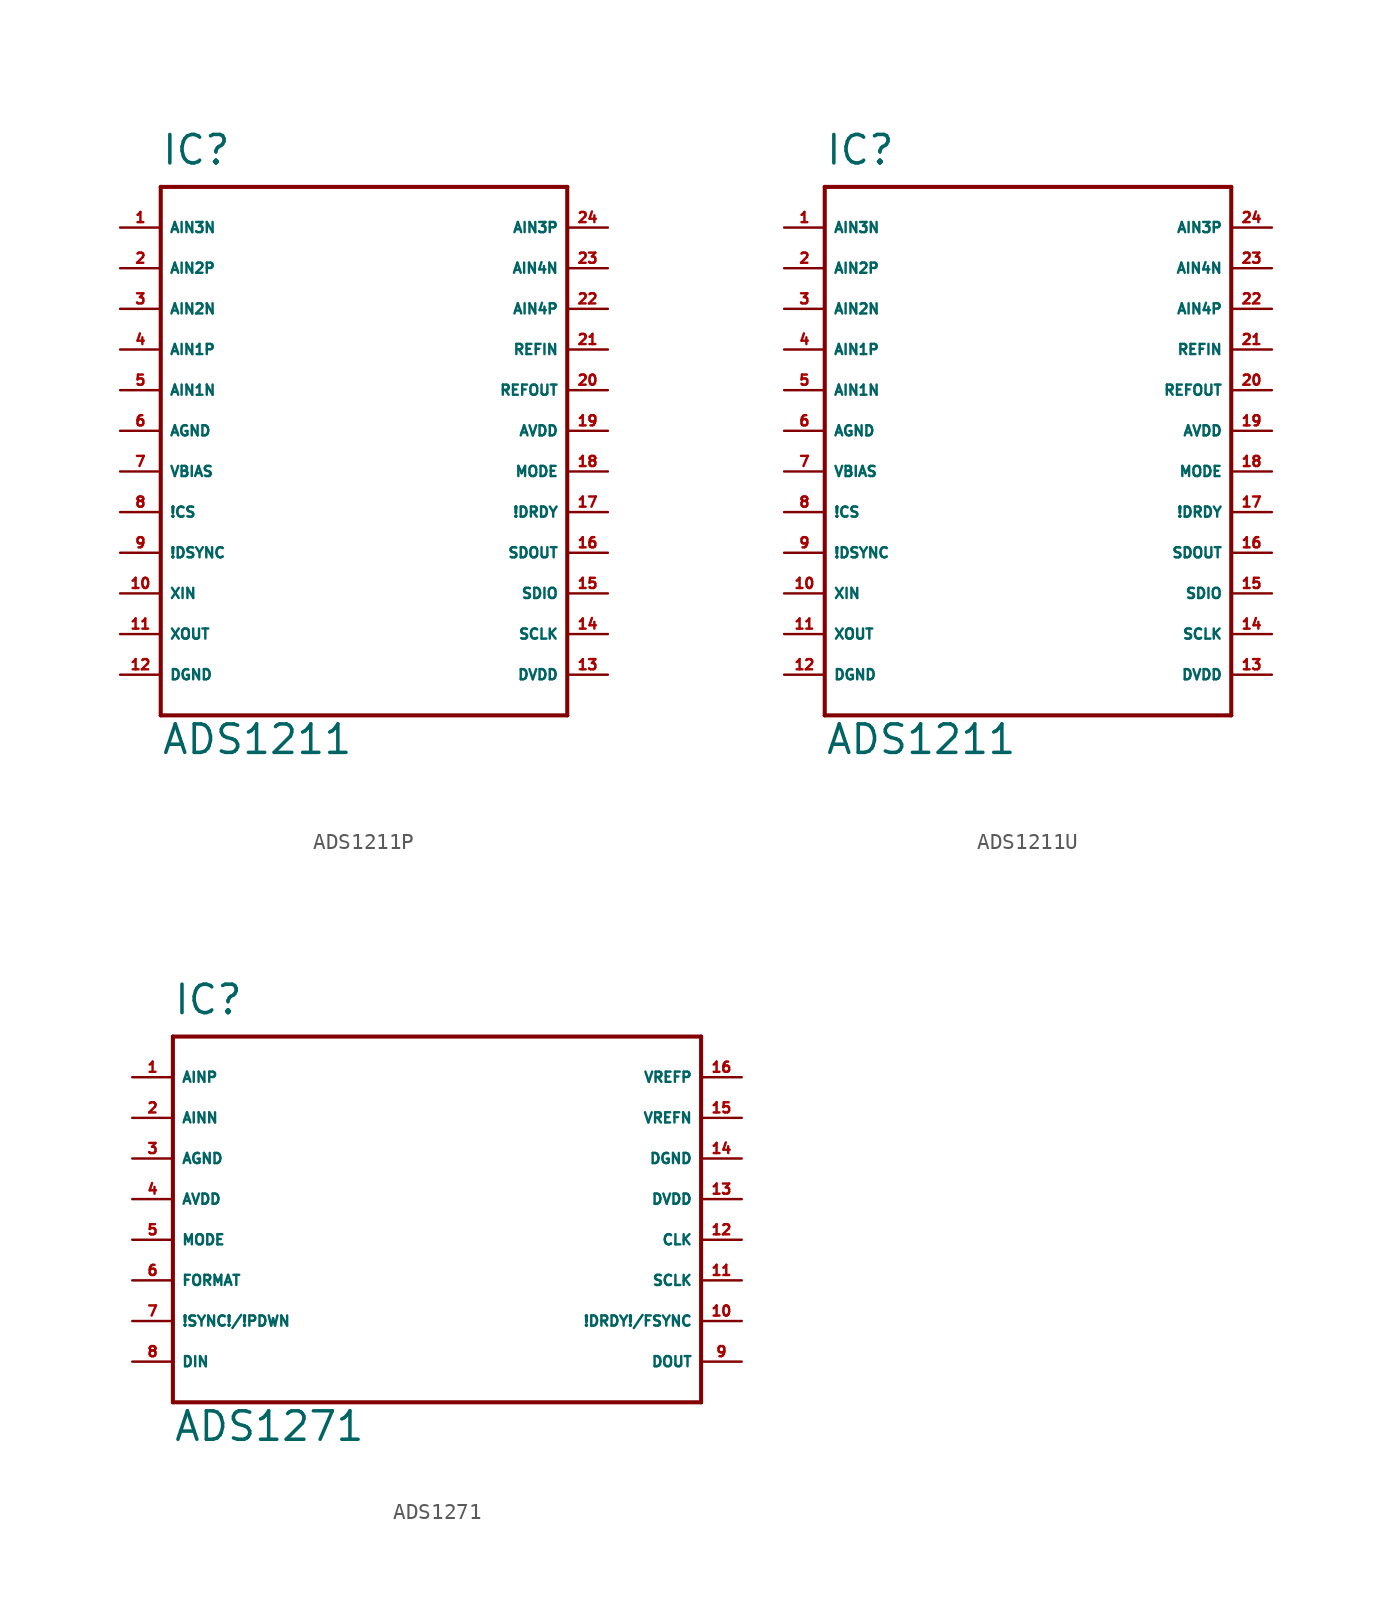
<source format=kicad_sym>
(kicad_symbol_lib
  (version 20220914)
  (generator Eagle2Kicad)
  (symbol "ADS1211P"
    (property "Reference" "IC"
      (at -12.7 16.51 0)
      (effects (font (size 1.778 1.778) (thickness 0.22)) (justify left bottom)))
    (property "Value" "ADS1211"
      (at -12.7 -20.32 0)
      (effects (font (size 1.778 1.778) (thickness 0.22)) (justify left bottom)))
    (polyline
      (pts (xy -12.7 -17.78) (xy 12.7 -17.78))
      (stroke (width 0.254) (type default))
      (fill (type none)))
    (polyline
      (pts (xy 12.7 -17.78) (xy 12.7 15.24))
      (stroke (width 0.254) (type default))
      (fill (type none)))
    (polyline
      (pts (xy 12.7 15.24) (xy -12.7 15.24))
      (stroke (width 0.254) (type default))
      (fill (type none)))
    (polyline
      (pts (xy -12.7 15.24) (xy -12.7 -17.78))
      (stroke (width 0.254) (type default))
      (fill (type none)))
    (pin input line
      (at -15.24 12.7 0)
      (length 2.54)
      (name "AIN3N" (effects (font (size 0.635 0.635) (thickness 0.08)) (justify left bottom)))
      (number "1" (effects (font (size 0.635 0.635) (thickness 0.08)) (justify left bottom))))
    (pin input line
      (at -15.24 10.16 0)
      (length 2.54)
      (name "AIN2P" (effects (font (size 0.635 0.635) (thickness 0.08)) (justify left bottom)))
      (number "2" (effects (font (size 0.635 0.635) (thickness 0.08)) (justify left bottom))))
    (pin input line
      (at -15.24 7.62 0)
      (length 2.54)
      (name "AIN2N" (effects (font (size 0.635 0.635) (thickness 0.08)) (justify left bottom)))
      (number "3" (effects (font (size 0.635 0.635) (thickness 0.08)) (justify left bottom))))
    (pin input line
      (at -15.24 5.08 0)
      (length 2.54)
      (name "AIN1P" (effects (font (size 0.635 0.635) (thickness 0.08)) (justify left bottom)))
      (number "4" (effects (font (size 0.635 0.635) (thickness 0.08)) (justify left bottom))))
    (pin input line
      (at -15.24 2.54 0)
      (length 2.54)
      (name "AIN1N" (effects (font (size 0.635 0.635) (thickness 0.08)) (justify left bottom)))
      (number "5" (effects (font (size 0.635 0.635) (thickness 0.08)) (justify left bottom))))
    (pin unspecified line
      (at -15.24 0 0)
      (length 2.54)
      (name "AGND" (effects (font (size 0.635 0.635) (thickness 0.08)) (justify left bottom)))
      (number "6" (effects (font (size 0.635 0.635) (thickness 0.08)) (justify left bottom))))
    (pin input line
      (at -15.24 -2.54 0)
      (length 2.54)
      (name "VBIAS" (effects (font (size 0.635 0.635) (thickness 0.08)) (justify left bottom)))
      (number "7" (effects (font (size 0.635 0.635) (thickness 0.08)) (justify left bottom))))
    (pin input line
      (at -15.24 -5.08 0)
      (length 2.54)
      (name "!CS" (effects (font (size 0.635 0.635) (thickness 0.08)) (justify left bottom)))
      (number "8" (effects (font (size 0.635 0.635) (thickness 0.08)) (justify left bottom))))
    (pin input line
      (at -15.24 -7.62 0)
      (length 2.54)
      (name "!DSYNC" (effects (font (size 0.635 0.635) (thickness 0.08)) (justify left bottom)))
      (number "9" (effects (font (size 0.635 0.635) (thickness 0.08)) (justify left bottom))))
    (pin input line
      (at -15.24 -10.16 0)
      (length 2.54)
      (name "XIN" (effects (font (size 0.635 0.635) (thickness 0.08)) (justify left bottom)))
      (number "10" (effects (font (size 0.635 0.635) (thickness 0.08)) (justify left bottom))))
    (pin output line
      (at -15.24 -12.7 0)
      (length 2.54)
      (name "XOUT" (effects (font (size 0.635 0.635) (thickness 0.08)) (justify left bottom)))
      (number "11" (effects (font (size 0.635 0.635) (thickness 0.08)) (justify left bottom))))
    (pin unspecified line
      (at -15.24 -15.24 0)
      (length 2.54)
      (name "DGND" (effects (font (size 0.635 0.635) (thickness 0.08)) (justify left bottom)))
      (number "12" (effects (font (size 0.635 0.635) (thickness 0.08)) (justify left bottom))))
    (pin unspecified line
      (at 15.24 -15.24 180)
      (length 2.54)
      (name "DVDD" (effects (font (size 0.635 0.635) (thickness 0.08)) (justify left bottom)))
      (number "13" (effects (font (size 0.635 0.635) (thickness 0.08)) (justify left bottom))))
    (pin bidirectional line
      (at 15.24 -12.7 180)
      (length 2.54)
      (name "SCLK" (effects (font (size 0.635 0.635) (thickness 0.08)) (justify left bottom)))
      (number "14" (effects (font (size 0.635 0.635) (thickness 0.08)) (justify left bottom))))
    (pin bidirectional line
      (at 15.24 -10.16 180)
      (length 2.54)
      (name "SDIO" (effects (font (size 0.635 0.635) (thickness 0.08)) (justify left bottom)))
      (number "15" (effects (font (size 0.635 0.635) (thickness 0.08)) (justify left bottom))))
    (pin output line
      (at 15.24 -7.62 180)
      (length 2.54)
      (name "SDOUT" (effects (font (size 0.635 0.635) (thickness 0.08)) (justify left bottom)))
      (number "16" (effects (font (size 0.635 0.635) (thickness 0.08)) (justify left bottom))))
    (pin input line
      (at 15.24 -5.08 180)
      (length 2.54)
      (name "!DRDY" (effects (font (size 0.635 0.635) (thickness 0.08)) (justify left bottom)))
      (number "17" (effects (font (size 0.635 0.635) (thickness 0.08)) (justify left bottom))))
    (pin input line
      (at 15.24 -2.54 180)
      (length 2.54)
      (name "MODE" (effects (font (size 0.635 0.635) (thickness 0.08)) (justify left bottom)))
      (number "18" (effects (font (size 0.635 0.635) (thickness 0.08)) (justify left bottom))))
    (pin unspecified line
      (at 15.24 0 180)
      (length 2.54)
      (name "AVDD" (effects (font (size 0.635 0.635) (thickness 0.08)) (justify left bottom)))
      (number "19" (effects (font (size 0.635 0.635) (thickness 0.08)) (justify left bottom))))
    (pin output line
      (at 15.24 2.54 180)
      (length 2.54)
      (name "REFOUT" (effects (font (size 0.635 0.635) (thickness 0.08)) (justify left bottom)))
      (number "20" (effects (font (size 0.635 0.635) (thickness 0.08)) (justify left bottom))))
    (pin input line
      (at 15.24 5.08 180)
      (length 2.54)
      (name "REFIN" (effects (font (size 0.635 0.635) (thickness 0.08)) (justify left bottom)))
      (number "21" (effects (font (size 0.635 0.635) (thickness 0.08)) (justify left bottom))))
    (pin input line
      (at 15.24 7.62 180)
      (length 2.54)
      (name "AIN4P" (effects (font (size 0.635 0.635) (thickness 0.08)) (justify left bottom)))
      (number "22" (effects (font (size 0.635 0.635) (thickness 0.08)) (justify left bottom))))
    (pin input line
      (at 15.24 10.16 180)
      (length 2.54)
      (name "AIN4N" (effects (font (size 0.635 0.635) (thickness 0.08)) (justify left bottom)))
      (number "23" (effects (font (size 0.635 0.635) (thickness 0.08)) (justify left bottom))))
    (pin input line
      (at 15.24 12.7 180)
      (length 2.54)
      (name "AIN3P" (effects (font (size 0.635 0.635) (thickness 0.08)) (justify left bottom)))
      (number "24" (effects (font (size 0.635 0.635) (thickness 0.08)) (justify left bottom)))))
  (symbol "ADS1211U"
    (property "Reference" "IC"
      (at -12.7 16.51 0)
      (effects (font (size 1.778 1.778) (thickness 0.22)) (justify left bottom)))
    (property "Value" "ADS1211"
      (at -12.7 -20.32 0)
      (effects (font (size 1.778 1.778) (thickness 0.22)) (justify left bottom)))
    (polyline
      (pts (xy -12.7 -17.78) (xy 12.7 -17.78))
      (stroke (width 0.254) (type default))
      (fill (type none)))
    (polyline
      (pts (xy 12.7 -17.78) (xy 12.7 15.24))
      (stroke (width 0.254) (type default))
      (fill (type none)))
    (polyline
      (pts (xy 12.7 15.24) (xy -12.7 15.24))
      (stroke (width 0.254) (type default))
      (fill (type none)))
    (polyline
      (pts (xy -12.7 15.24) (xy -12.7 -17.78))
      (stroke (width 0.254) (type default))
      (fill (type none)))
    (pin input line
      (at -15.24 12.7 0)
      (length 2.54)
      (name "AIN3N" (effects (font (size 0.635 0.635) (thickness 0.08)) (justify left bottom)))
      (number "1" (effects (font (size 0.635 0.635) (thickness 0.08)) (justify left bottom))))
    (pin input line
      (at -15.24 10.16 0)
      (length 2.54)
      (name "AIN2P" (effects (font (size 0.635 0.635) (thickness 0.08)) (justify left bottom)))
      (number "2" (effects (font (size 0.635 0.635) (thickness 0.08)) (justify left bottom))))
    (pin input line
      (at -15.24 7.62 0)
      (length 2.54)
      (name "AIN2N" (effects (font (size 0.635 0.635) (thickness 0.08)) (justify left bottom)))
      (number "3" (effects (font (size 0.635 0.635) (thickness 0.08)) (justify left bottom))))
    (pin input line
      (at -15.24 5.08 0)
      (length 2.54)
      (name "AIN1P" (effects (font (size 0.635 0.635) (thickness 0.08)) (justify left bottom)))
      (number "4" (effects (font (size 0.635 0.635) (thickness 0.08)) (justify left bottom))))
    (pin input line
      (at -15.24 2.54 0)
      (length 2.54)
      (name "AIN1N" (effects (font (size 0.635 0.635) (thickness 0.08)) (justify left bottom)))
      (number "5" (effects (font (size 0.635 0.635) (thickness 0.08)) (justify left bottom))))
    (pin unspecified line
      (at -15.24 0 0)
      (length 2.54)
      (name "AGND" (effects (font (size 0.635 0.635) (thickness 0.08)) (justify left bottom)))
      (number "6" (effects (font (size 0.635 0.635) (thickness 0.08)) (justify left bottom))))
    (pin input line
      (at -15.24 -2.54 0)
      (length 2.54)
      (name "VBIAS" (effects (font (size 0.635 0.635) (thickness 0.08)) (justify left bottom)))
      (number "7" (effects (font (size 0.635 0.635) (thickness 0.08)) (justify left bottom))))
    (pin input line
      (at -15.24 -5.08 0)
      (length 2.54)
      (name "!CS" (effects (font (size 0.635 0.635) (thickness 0.08)) (justify left bottom)))
      (number "8" (effects (font (size 0.635 0.635) (thickness 0.08)) (justify left bottom))))
    (pin input line
      (at -15.24 -7.62 0)
      (length 2.54)
      (name "!DSYNC" (effects (font (size 0.635 0.635) (thickness 0.08)) (justify left bottom)))
      (number "9" (effects (font (size 0.635 0.635) (thickness 0.08)) (justify left bottom))))
    (pin input line
      (at -15.24 -10.16 0)
      (length 2.54)
      (name "XIN" (effects (font (size 0.635 0.635) (thickness 0.08)) (justify left bottom)))
      (number "10" (effects (font (size 0.635 0.635) (thickness 0.08)) (justify left bottom))))
    (pin output line
      (at -15.24 -12.7 0)
      (length 2.54)
      (name "XOUT" (effects (font (size 0.635 0.635) (thickness 0.08)) (justify left bottom)))
      (number "11" (effects (font (size 0.635 0.635) (thickness 0.08)) (justify left bottom))))
    (pin unspecified line
      (at -15.24 -15.24 0)
      (length 2.54)
      (name "DGND" (effects (font (size 0.635 0.635) (thickness 0.08)) (justify left bottom)))
      (number "12" (effects (font (size 0.635 0.635) (thickness 0.08)) (justify left bottom))))
    (pin unspecified line
      (at 15.24 -15.24 180)
      (length 2.54)
      (name "DVDD" (effects (font (size 0.635 0.635) (thickness 0.08)) (justify left bottom)))
      (number "13" (effects (font (size 0.635 0.635) (thickness 0.08)) (justify left bottom))))
    (pin bidirectional line
      (at 15.24 -12.7 180)
      (length 2.54)
      (name "SCLK" (effects (font (size 0.635 0.635) (thickness 0.08)) (justify left bottom)))
      (number "14" (effects (font (size 0.635 0.635) (thickness 0.08)) (justify left bottom))))
    (pin bidirectional line
      (at 15.24 -10.16 180)
      (length 2.54)
      (name "SDIO" (effects (font (size 0.635 0.635) (thickness 0.08)) (justify left bottom)))
      (number "15" (effects (font (size 0.635 0.635) (thickness 0.08)) (justify left bottom))))
    (pin output line
      (at 15.24 -7.62 180)
      (length 2.54)
      (name "SDOUT" (effects (font (size 0.635 0.635) (thickness 0.08)) (justify left bottom)))
      (number "16" (effects (font (size 0.635 0.635) (thickness 0.08)) (justify left bottom))))
    (pin input line
      (at 15.24 -5.08 180)
      (length 2.54)
      (name "!DRDY" (effects (font (size 0.635 0.635) (thickness 0.08)) (justify left bottom)))
      (number "17" (effects (font (size 0.635 0.635) (thickness 0.08)) (justify left bottom))))
    (pin input line
      (at 15.24 -2.54 180)
      (length 2.54)
      (name "MODE" (effects (font (size 0.635 0.635) (thickness 0.08)) (justify left bottom)))
      (number "18" (effects (font (size 0.635 0.635) (thickness 0.08)) (justify left bottom))))
    (pin unspecified line
      (at 15.24 0 180)
      (length 2.54)
      (name "AVDD" (effects (font (size 0.635 0.635) (thickness 0.08)) (justify left bottom)))
      (number "19" (effects (font (size 0.635 0.635) (thickness 0.08)) (justify left bottom))))
    (pin output line
      (at 15.24 2.54 180)
      (length 2.54)
      (name "REFOUT" (effects (font (size 0.635 0.635) (thickness 0.08)) (justify left bottom)))
      (number "20" (effects (font (size 0.635 0.635) (thickness 0.08)) (justify left bottom))))
    (pin input line
      (at 15.24 5.08 180)
      (length 2.54)
      (name "REFIN" (effects (font (size 0.635 0.635) (thickness 0.08)) (justify left bottom)))
      (number "21" (effects (font (size 0.635 0.635) (thickness 0.08)) (justify left bottom))))
    (pin input line
      (at 15.24 7.62 180)
      (length 2.54)
      (name "AIN4P" (effects (font (size 0.635 0.635) (thickness 0.08)) (justify left bottom)))
      (number "22" (effects (font (size 0.635 0.635) (thickness 0.08)) (justify left bottom))))
    (pin input line
      (at 15.24 10.16 180)
      (length 2.54)
      (name "AIN4N" (effects (font (size 0.635 0.635) (thickness 0.08)) (justify left bottom)))
      (number "23" (effects (font (size 0.635 0.635) (thickness 0.08)) (justify left bottom))))
    (pin input line
      (at 15.24 12.7 180)
      (length 2.54)
      (name "AIN3P" (effects (font (size 0.635 0.635) (thickness 0.08)) (justify left bottom)))
      (number "24" (effects (font (size 0.635 0.635) (thickness 0.08)) (justify left bottom)))))
  (symbol "ADS1271"
    (property "Reference" "IC"
      (at -15.24 11.43 0)
      (effects (font (size 1.778 1.778) (thickness 0.22)) (justify left bottom)))
    (property "Value" "ADS1271"
      (at -15.24 -15.24 0)
      (effects (font (size 1.778 1.778) (thickness 0.22)) (justify left bottom)))
    (polyline
      (pts (xy -15.24 10.16) (xy 17.78 10.16))
      (stroke (width 0.254) (type default))
      (fill (type none)))
    (polyline
      (pts (xy 17.78 10.16) (xy 17.78 -12.7))
      (stroke (width 0.254) (type default))
      (fill (type none)))
    (polyline
      (pts (xy 17.78 -12.7) (xy -15.24 -12.7))
      (stroke (width 0.254) (type default))
      (fill (type none)))
    (polyline
      (pts (xy -15.24 -12.7) (xy -15.24 10.16))
      (stroke (width 0.254) (type default))
      (fill (type none)))
    (pin input line
      (at -17.78 7.62 0)
      (length 2.54)
      (name "AINP" (effects (font (size 0.635 0.635) (thickness 0.08)) (justify left bottom)))
      (number "1" (effects (font (size 0.635 0.635) (thickness 0.08)) (justify left bottom))))
    (pin input line
      (at -17.78 5.08 0)
      (length 2.54)
      (name "AINN" (effects (font (size 0.635 0.635) (thickness 0.08)) (justify left bottom)))
      (number "2" (effects (font (size 0.635 0.635) (thickness 0.08)) (justify left bottom))))
    (pin unspecified line
      (at -17.78 2.54 0)
      (length 2.54)
      (name "AGND" (effects (font (size 0.635 0.635) (thickness 0.08)) (justify left bottom)))
      (number "3" (effects (font (size 0.635 0.635) (thickness 0.08)) (justify left bottom))))
    (pin unspecified line
      (at -17.78 0 0)
      (length 2.54)
      (name "AVDD" (effects (font (size 0.635 0.635) (thickness 0.08)) (justify left bottom)))
      (number "4" (effects (font (size 0.635 0.635) (thickness 0.08)) (justify left bottom))))
    (pin input line
      (at -17.78 -2.54 0)
      (length 2.54)
      (name "MODE" (effects (font (size 0.635 0.635) (thickness 0.08)) (justify left bottom)))
      (number "5" (effects (font (size 0.635 0.635) (thickness 0.08)) (justify left bottom))))
    (pin input line
      (at -17.78 -5.08 0)
      (length 2.54)
      (name "FORMAT" (effects (font (size 0.635 0.635) (thickness 0.08)) (justify left bottom)))
      (number "6" (effects (font (size 0.635 0.635) (thickness 0.08)) (justify left bottom))))
    (pin input line
      (at -17.78 -7.62 0)
      (length 2.54)
      (name "!SYNC!/!PDWN" (effects (font (size 0.635 0.635) (thickness 0.08)) (justify left bottom)))
      (number "7" (effects (font (size 0.635 0.635) (thickness 0.08)) (justify left bottom))))
    (pin input line
      (at -17.78 -10.16 0)
      (length 2.54)
      (name "DIN" (effects (font (size 0.635 0.635) (thickness 0.08)) (justify left bottom)))
      (number "8" (effects (font (size 0.635 0.635) (thickness 0.08)) (justify left bottom))))
    (pin output line
      (at 20.32 -10.16 180)
      (length 2.54)
      (name "DOUT" (effects (font (size 0.635 0.635) (thickness 0.08)) (justify left bottom)))
      (number "9" (effects (font (size 0.635 0.635) (thickness 0.08)) (justify left bottom))))
    (pin bidirectional line
      (at 20.32 -7.62 180)
      (length 2.54)
      (name "!DRDY!/FSYNC" (effects (font (size 0.635 0.635) (thickness 0.08)) (justify left bottom)))
      (number "10" (effects (font (size 0.635 0.635) (thickness 0.08)) (justify left bottom))))
    (pin input line
      (at 20.32 -5.08 180)
      (length 2.54)
      (name "SCLK" (effects (font (size 0.635 0.635) (thickness 0.08)) (justify left bottom)))
      (number "11" (effects (font (size 0.635 0.635) (thickness 0.08)) (justify left bottom))))
    (pin input line
      (at 20.32 -2.54 180)
      (length 2.54)
      (name "CLK" (effects (font (size 0.635 0.635) (thickness 0.08)) (justify left bottom)))
      (number "12" (effects (font (size 0.635 0.635) (thickness 0.08)) (justify left bottom))))
    (pin input line
      (at 20.32 0 180)
      (length 2.54)
      (name "DVDD" (effects (font (size 0.635 0.635) (thickness 0.08)) (justify left bottom)))
      (number "13" (effects (font (size 0.635 0.635) (thickness 0.08)) (justify left bottom))))
    (pin input line
      (at 20.32 2.54 180)
      (length 2.54)
      (name "DGND" (effects (font (size 0.635 0.635) (thickness 0.08)) (justify left bottom)))
      (number "14" (effects (font (size 0.635 0.635) (thickness 0.08)) (justify left bottom))))
    (pin input line
      (at 20.32 5.08 180)
      (length 2.54)
      (name "VREFN" (effects (font (size 0.635 0.635) (thickness 0.08)) (justify left bottom)))
      (number "15" (effects (font (size 0.635 0.635) (thickness 0.08)) (justify left bottom))))
    (pin input line
      (at 20.32 7.62 180)
      (length 2.54)
      (name "VREFP" (effects (font (size 0.635 0.635) (thickness 0.08)) (justify left bottom)))
      (number "16" (effects (font (size 0.635 0.635) (thickness 0.08)) (justify left bottom))))))
</source>
